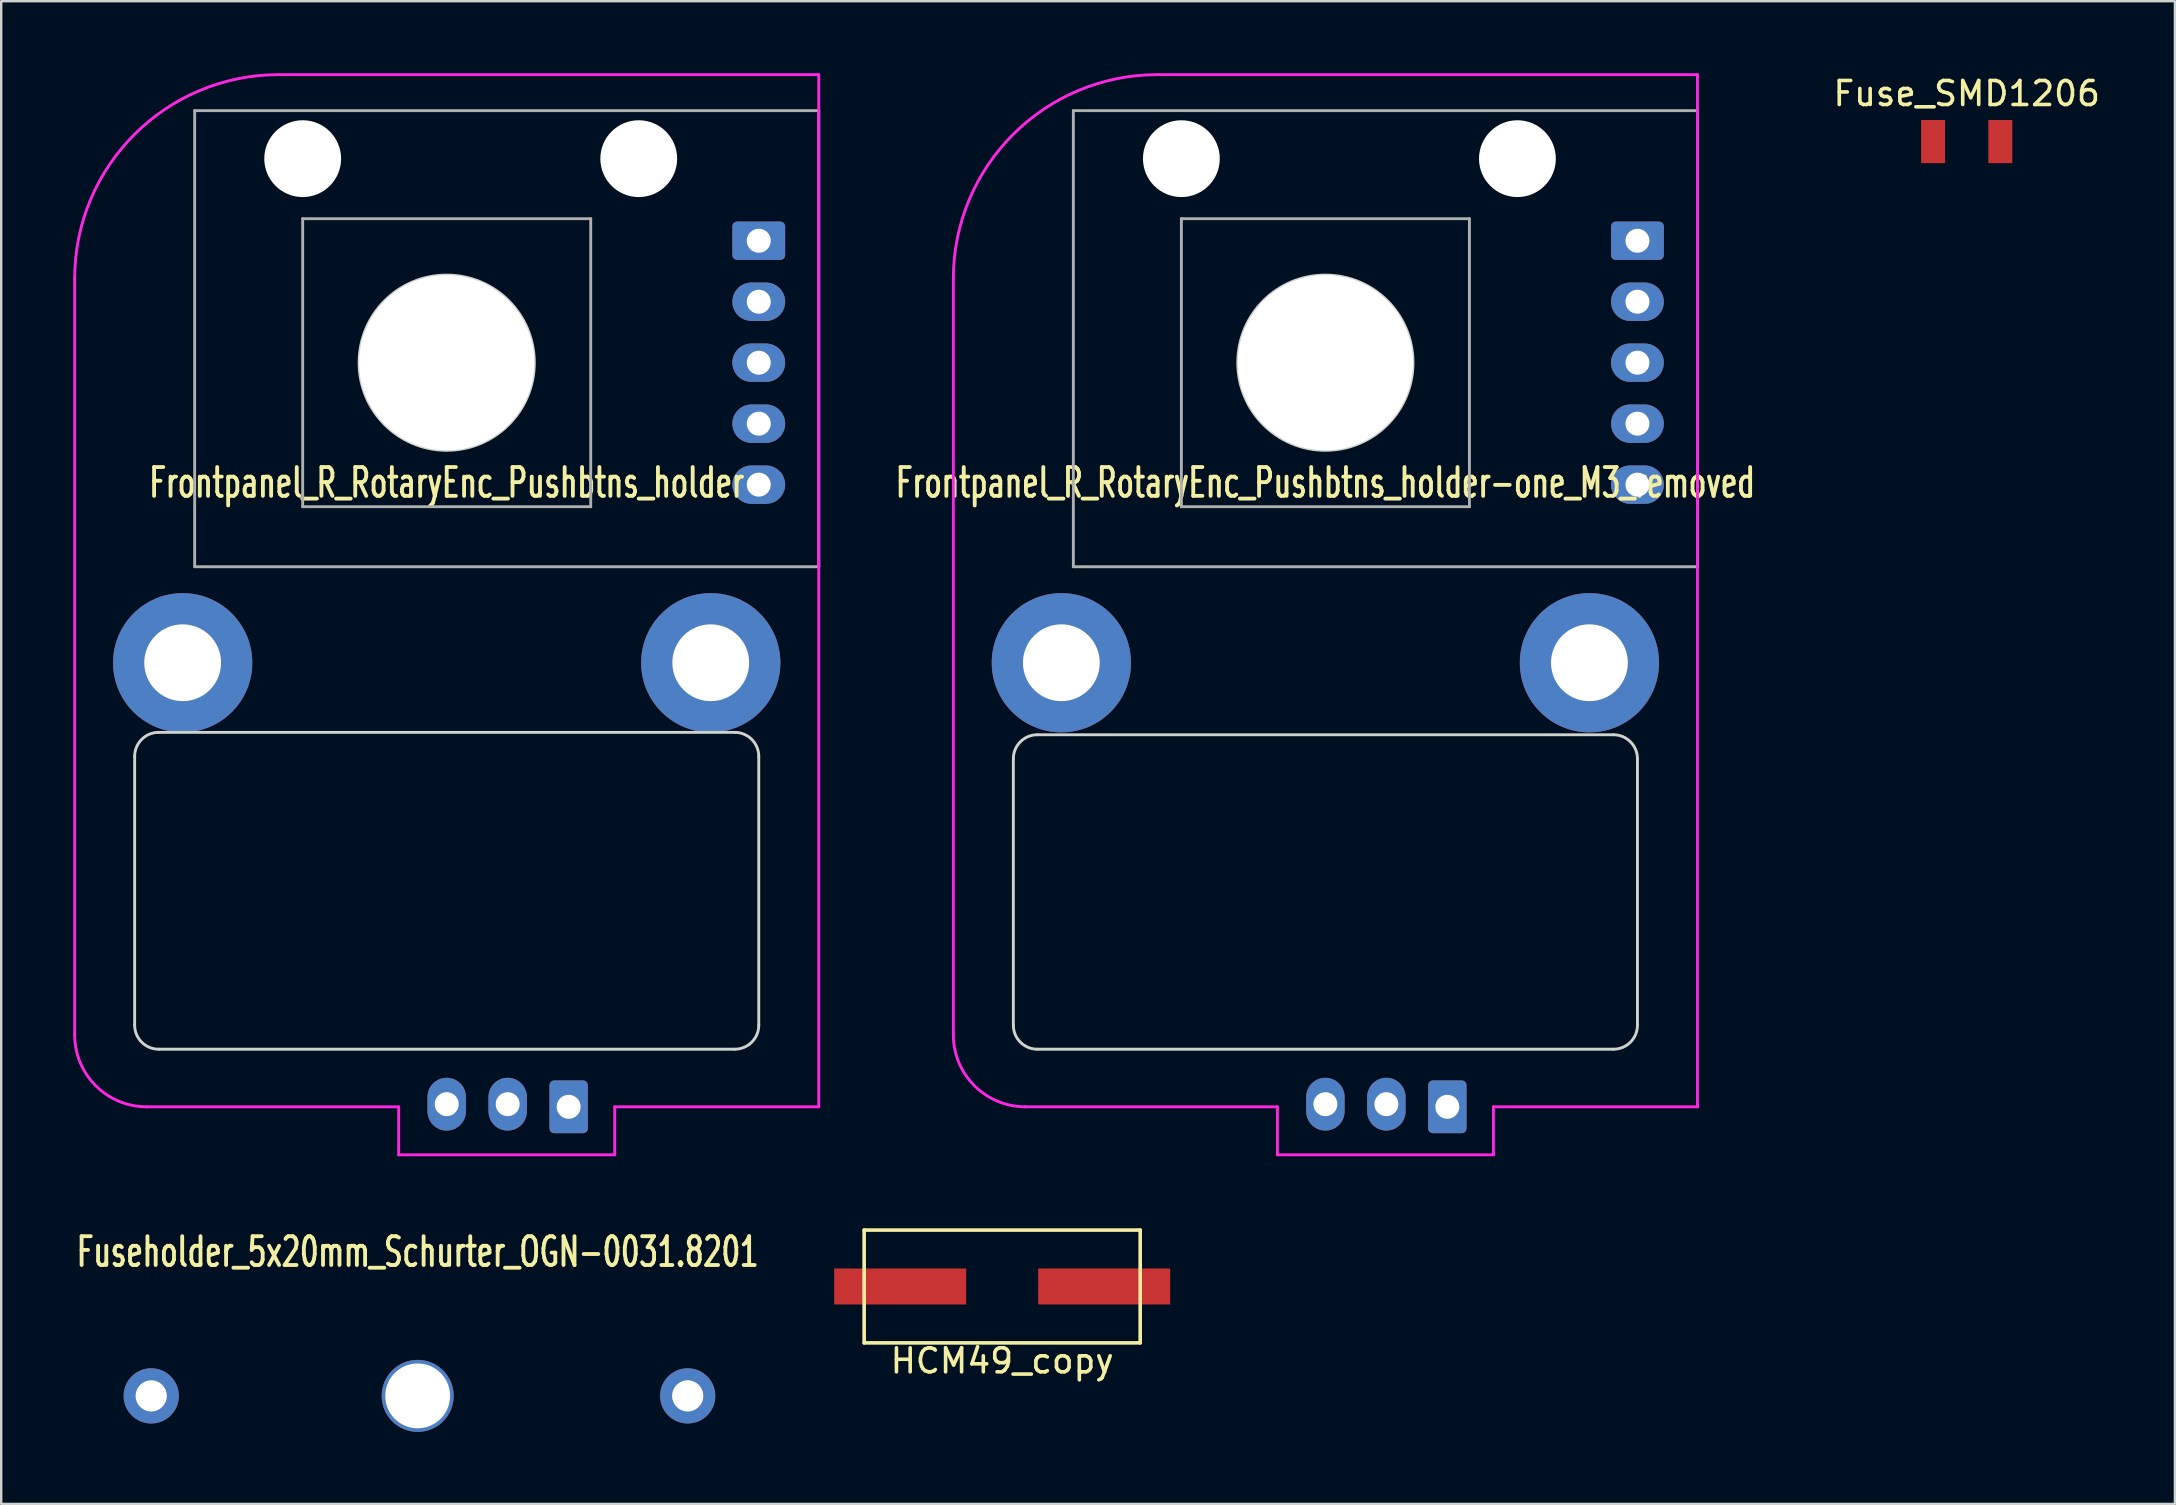
<source format=kicad_pcb>
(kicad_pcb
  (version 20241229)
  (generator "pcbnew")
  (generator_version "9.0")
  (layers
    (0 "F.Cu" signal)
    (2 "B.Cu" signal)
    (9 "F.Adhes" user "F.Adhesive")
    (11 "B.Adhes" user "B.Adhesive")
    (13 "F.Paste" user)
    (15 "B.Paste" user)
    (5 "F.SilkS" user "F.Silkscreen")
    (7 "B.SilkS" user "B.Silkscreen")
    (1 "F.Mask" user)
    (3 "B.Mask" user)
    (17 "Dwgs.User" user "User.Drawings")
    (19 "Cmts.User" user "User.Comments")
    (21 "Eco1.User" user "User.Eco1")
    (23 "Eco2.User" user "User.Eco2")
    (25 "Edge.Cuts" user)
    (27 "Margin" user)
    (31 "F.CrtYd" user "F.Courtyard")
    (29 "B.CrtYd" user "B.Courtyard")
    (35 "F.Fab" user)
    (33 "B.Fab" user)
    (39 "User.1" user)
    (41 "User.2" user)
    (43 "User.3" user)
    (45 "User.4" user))
  (footprint "Fuseholder_5x20mm_Schurter_OGN-0031.8201"
    (layer "F.Cu")
    (at 14.35 55.103)
    (property "Reference" "Fuseholder_5x20mm_Schurter_OGN-0031.8201" (at 0 -6 0) (layer "F.SilkS") (effects (font (size 1.2 0.8) (thickness 0.16))))
    (attr through_hole)
    (pad "" np_thru_hole circle (at 0 0) (size 3 3) (drill 2.7) (layers "*.Cu" "*.Mask"))
    (pad "1" thru_hole circle (at -11.1 0) (size 2.3 2.3) (drill 1.3) (layers "*.Cu" "*.Mask"))
    (pad "2" thru_hole circle (at 11.25 0) (size 2.3 2.3) (drill 1.3) (layers "*.Cu" "*.Mask")))
  (footprint "Fuse_SMD1206"
    (layer "F.Cu")
    (at 78.884 2.848)
    (property "Reference" "Fuse_SMD1206" (at 0 -2 0) (layer "F.SilkS") (effects (font (size 1 1) (thickness 0.15))))
    (attr smd)
    (pad "1" smd rect (at -1.4 0) (size 1 1.8) (layers "F.Cu" "F.Mask" "F.Paste"))
    (pad "2" smd rect (at 1.4 0) (size 1 1.8) (layers "F.Cu" "F.Mask" "F.Paste")))
  (footprint "Frontpanel_R_RotaryEnc_Pushbtns_holder-one_M3_removed"
    (layer "F.Cu")
    (at 52.166 12.06)
    (property "Reference" "Frontpanel_R_RotaryEnc_Pushbtns_holder-one_M3_removed" (at 0 5 0) (layer "F.SilkS") (effects (font (size 1.2 0.8) (thickness 0.16))))
    (attr through_hole)
    (fp_circle (center 0 0) (end 3.65 0) (stroke (width 0.12) (type solid)) (fill no) (layer "Eco1.User"))
    (fp_line (start -13 27.6) (end -13 16.5) (stroke (width 0.12) (type solid)) (layer "Edge.Cuts"))
    (fp_line (start -12 15.5) (end 12 15.5) (stroke (width 0.12) (type solid)) (layer "Edge.Cuts"))
    (fp_line (start 12 28.6) (end -12 28.6) (stroke (width 0.12) (type solid)) (layer "Edge.Cuts"))
    (fp_line (start 13 16.5) (end 13 27.6) (stroke (width 0.12) (type solid)) (layer "Edge.Cuts"))
    (fp_arc (start -13 16.5) (mid -12.707107 15.792893) (end -12 15.5) (stroke (width 0.12) (type solid)) (layer "Edge.Cuts"))
    (fp_arc (start -12 28.6) (mid -12.707107 28.307107) (end -13 27.6) (stroke (width 0.12) (type solid)) (layer "Edge.Cuts"))
    (fp_arc (start 12 15.5) (mid 12.707107 15.792893) (end 13 16.5) (stroke (width 0.12) (type solid)) (layer "Edge.Cuts"))
    (fp_arc (start 13 27.6) (mid 12.707107 28.307107) (end 12 28.6) (stroke (width 0.12) (type solid)) (layer "Edge.Cuts"))
    (fp_circle (center 0 0) (end 3.65 0) (stroke (width 0.12) (type solid)) (fill no) (layer "Edge.Cuts"))
    (fp_line (start -15.5 28) (end -15.5 -3.5) (stroke (width 0.12) (type solid)) (layer "F.CrtYd"))
    (fp_line (start -7 -12) (end 15.5 -12) (stroke (width 0.12) (type solid)) (layer "F.CrtYd"))
    (fp_line (start -2 31) (end -12.5 31) (stroke (width 0.12) (type solid)) (layer "F.CrtYd"))
    (fp_line (start -2 33) (end -2 31) (stroke (width 0.12) (type solid)) (layer "F.CrtYd"))
    (fp_line (start 7 31) (end 7 33) (stroke (width 0.12) (type solid)) (layer "F.CrtYd"))
    (fp_line (start 7 33) (end -2 33) (stroke (width 0.12) (type solid)) (layer "F.CrtYd"))
    (fp_line (start 15.5 -12) (end 15.5 31) (stroke (width 0.12) (type solid)) (layer "F.CrtYd"))
    (fp_line (start 15.5 31) (end 7 31) (stroke (width 0.12) (type solid)) (layer "F.CrtYd"))
    (fp_arc (start -15.5 -3.5) (mid -13.010408 -9.510408) (end -7 -12) (stroke (width 0.12) (type solid)) (layer "F.CrtYd"))
    (fp_arc (start -12.5 31) (mid -14.62132 30.12132) (end -15.5 28) (stroke (width 0.12) (type solid)) (layer "F.CrtYd"))
    (fp_line (start -10.5 -10.5) (end -10.5 8.5) (stroke (width 0.12) (type solid)) (layer "F.Fab"))
    (fp_line (start -10.5 -10.5) (end 15.5 -10.5) (stroke (width 0.12) (type solid)) (layer "F.Fab"))
    (fp_line (start -10.5 8.5) (end 15.5 8.5) (stroke (width 0.12) (type solid)) (layer "F.Fab"))
    (fp_line (start -6 -6) (end 6 -6) (stroke (width 0.12) (type solid)) (layer "F.Fab"))
    (fp_line (start -6 6) (end -6 -6) (stroke (width 0.12) (type solid)) (layer "F.Fab"))
    (fp_line (start 6 -6) (end 6 6) (stroke (width 0.12) (type solid)) (layer "F.Fab"))
    (fp_line (start 6 6) (end -6 6) (stroke (width 0.12) (type solid)) (layer "F.Fab"))
    (fp_line (start 15.5 -10.5) (end 15.5 8.5) (stroke (width 0.12) (type solid)) (layer "F.Fab"))
    (pad "" np_thru_hole circle (at -6 -8.5) (size 3.2 3.2) (drill 3.2) (layers "*.Cu" "*.Mask"))
    (pad "" np_thru_hole circle (at 0 0) (size 7.3 7.3) (drill 7.3) (layers "*.Cu" "*.Mask"))
    (pad "" np_thru_hole circle (at 8 -8.5) (size 3.2 3.2) (drill 3.2) (layers "*.Cu" "*.Mask"))
    (pad "1" thru_hole roundrect (at 13 -5.08) (size 2.2 1.6) (drill 1) (layers "*.Cu" "*.Mask") (roundrect_rratio 0.125))
    (pad "2" thru_hole oval (at 13 -2.54) (size 2.2 1.6) (drill 1) (layers "*.Cu" "*.Mask"))
    (pad "3" thru_hole oval (at 13 0) (size 2.2 1.6) (drill 1) (layers "*.Cu" "*.Mask"))
    (pad "4" thru_hole oval (at 13 2.54) (size 2.2 1.6) (drill 1) (layers "*.Cu" "*.Mask"))
    (pad "5" thru_hole oval (at 13 5.08) (size 2.2 1.6) (drill 1) (layers "*.Cu" "*.Mask"))
    (pad "6" thru_hole roundrect (at 5.08 31) (size 1.6 2.2) (drill 1) (layers "*.Cu" "*.Mask") (roundrect_rratio 0.125))
    (pad "7" thru_hole oval (at 2.54 30.89) (size 1.6 2.2) (drill 1) (layers "*.Cu" "*.Mask"))
    (pad "8" thru_hole oval (at 0 30.89) (size 1.6 2.2) (drill 1) (layers "*.Cu" "*.Mask"))
    (pad "9" thru_hole circle (at -11 12.5) (size 5.8 5.8) (drill 3.2) (layers "*.Cu" "*.Mask"))
    (pad "10" thru_hole circle (at 11 12.5) (size 5.8 5.8) (drill 3.2) (layers "*.Cu" "*.Mask")))
  (footprint "HCM49_copy"
    (layer "F.Cu")
    (at 38.701 50.545)
    (property "Reference" "HCM49_copy" (at 0 3.1 0) (layer "F.SilkS") (effects (font (size 1 1) (thickness 0.15))))
    (attr through_hole)
    (fp_line (start -5.75 -2.35) (end -5.75 2.35) (stroke (width 0.15) (type solid)) (layer "F.SilkS"))
    (fp_line (start -5.75 -2.35) (end 5.75 -2.35) (stroke (width 0.15) (type solid)) (layer "F.SilkS"))
    (fp_line (start -5.75 2.35) (end 5.75 2.35) (stroke (width 0.15) (type solid)) (layer "F.SilkS"))
    (fp_line (start 5.75 -2.35) (end 5.75 2.35) (stroke (width 0.15) (type solid)) (layer "F.SilkS"))
    (pad "1" smd rect (at -4.25 0) (size 5.5 1.5) (layers "F.Cu" "F.Mask" "F.Paste"))
    (pad "2" smd rect (at 4.25 0) (size 5.5 1.5) (layers "F.Cu" "F.Mask" "F.Paste")))
  (footprint "Frontpanel_R_RotaryEnc_Pushbtns_holder"
    (layer "F.Cu")
    (at 15.56 12.06)
    (property "Reference" "Frontpanel_R_RotaryEnc_Pushbtns_holder" (at 0 5 0) (layer "F.SilkS") (effects (font (size 1.2 0.8) (thickness 0.16))))
    (attr through_hole)
    (fp_line (start -13 27.6) (end -13 16.4) (stroke (width 0.12) (type solid)) (layer "Edge.Cuts"))
    (fp_line (start -12 15.4) (end 12 15.4) (stroke (width 0.12) (type solid)) (layer "Edge.Cuts"))
    (fp_line (start 12 28.6) (end -12 28.6) (stroke (width 0.12) (type solid)) (layer "Edge.Cuts"))
    (fp_line (start 13 16.4) (end 13 27.6) (stroke (width 0.12) (type solid)) (layer "Edge.Cuts"))
    (fp_arc (start -13 16.4) (mid -12.707107 15.692893) (end -12 15.4) (stroke (width 0.12) (type solid)) (layer "Edge.Cuts"))
    (fp_arc (start -12 28.6) (mid -12.707107 28.307107) (end -13 27.6) (stroke (width 0.12) (type solid)) (layer "Edge.Cuts"))
    (fp_arc (start 12 15.4) (mid 12.707107 15.692893) (end 13 16.4) (stroke (width 0.12) (type solid)) (layer "Edge.Cuts"))
    (fp_arc (start 13 27.6) (mid 12.707107 28.307107) (end 12 28.6) (stroke (width 0.12) (type solid)) (layer "Edge.Cuts"))
    (fp_circle (center 0 0) (end 3.65 0) (stroke (width 0.12) (type solid)) (fill no) (layer "Edge.Cuts"))
    (fp_line (start -15.5 28) (end -15.5 -3.5) (stroke (width 0.12) (type solid)) (layer "F.CrtYd"))
    (fp_line (start -7 -12) (end 15.5 -12) (stroke (width 0.12) (type solid)) (layer "F.CrtYd"))
    (fp_line (start -2 31) (end -12.5 31) (stroke (width 0.12) (type solid)) (layer "F.CrtYd"))
    (fp_line (start -2 33) (end -2 31) (stroke (width 0.12) (type solid)) (layer "F.CrtYd"))
    (fp_line (start 7 31) (end 7 33) (stroke (width 0.12) (type solid)) (layer "F.CrtYd"))
    (fp_line (start 7 33) (end -2 33) (stroke (width 0.12) (type solid)) (layer "F.CrtYd"))
    (fp_line (start 15.5 -12) (end 15.5 31) (stroke (width 0.12) (type solid)) (layer "F.CrtYd"))
    (fp_line (start 15.5 31) (end 7 31) (stroke (width 0.12) (type solid)) (layer "F.CrtYd"))
    (fp_arc (start -15.5 -3.5) (mid -13.010408 -9.510408) (end -7 -12) (stroke (width 0.12) (type solid)) (layer "F.CrtYd"))
    (fp_arc (start -12.5 31) (mid -14.62132 30.12132) (end -15.5 28) (stroke (width 0.12) (type solid)) (layer "F.CrtYd"))
    (fp_line (start -10.5 -10.5) (end -10.5 8.5) (stroke (width 0.12) (type solid)) (layer "F.Fab"))
    (fp_line (start -10.5 -10.5) (end 15.5 -10.5) (stroke (width 0.12) (type solid)) (layer "F.Fab"))
    (fp_line (start -10.5 8.5) (end 15.5 8.5) (stroke (width 0.12) (type solid)) (layer "F.Fab"))
    (fp_line (start -6 -6) (end 6 -6) (stroke (width 0.12) (type solid)) (layer "F.Fab"))
    (fp_line (start -6 6) (end -6 -6) (stroke (width 0.12) (type solid)) (layer "F.Fab"))
    (fp_line (start 6 -6) (end 6 6) (stroke (width 0.12) (type solid)) (layer "F.Fab"))
    (fp_line (start 6 6) (end -6 6) (stroke (width 0.12) (type solid)) (layer "F.Fab"))
    (fp_line (start 15.5 -10.5) (end 15.5 8.5) (stroke (width 0.12) (type solid)) (layer "F.Fab"))
    (pad "" thru_hole circle (at -11 12.5) (size 5.8 5.8) (drill 3.2) (layers "*.Cu" "*.Mask"))
    (pad "" np_thru_hole circle (at -6 -8.5) (size 3.2 3.2) (drill 3.2) (layers "*.Cu" "*.Mask"))
    (pad "" np_thru_hole circle (at 0 0) (size 7.3 7.3) (drill 7.3) (layers "*.Cu" "*.Mask"))
    (pad "" np_thru_hole circle (at 8 -8.5) (size 3.2 3.2) (drill 3.2) (layers "*.Cu" "*.Mask"))
    (pad "" thru_hole circle (at 11 12.5) (size 5.8 5.8) (drill 3.2) (layers "*.Cu" "*.Mask"))
    (pad "1" thru_hole roundrect (at 13 -5.08) (size 2.2 1.6) (drill 1) (layers "*.Cu" "*.Mask") (roundrect_rratio 0.125))
    (pad "2" thru_hole oval (at 13 -2.54) (size 2.2 1.6) (drill 1) (layers "*.Cu" "*.Mask"))
    (pad "3" thru_hole oval (at 13 0) (size 2.2 1.6) (drill 1) (layers "*.Cu" "*.Mask"))
    (pad "4" thru_hole oval (at 13 2.54) (size 2.2 1.6) (drill 1) (layers "*.Cu" "*.Mask"))
    (pad "5" thru_hole oval (at 13 5.08) (size 2.2 1.6) (drill 1) (layers "*.Cu" "*.Mask"))
    (pad "6" thru_hole roundrect (at 5.08 31) (size 1.6 2.2) (drill 1) (layers "*.Cu" "*.Mask") (roundrect_rratio 0.125))
    (pad "7" thru_hole oval (at 2.54 30.89) (size 1.6 2.2) (drill 1) (layers "*.Cu" "*.Mask"))
    (pad "8" thru_hole oval (at 0 30.89) (size 1.6 2.2) (drill 1) (layers "*.Cu" "*.Mask")))
  (gr_rect
    (start -3 -3)
    (end 87.557 59.603)
    (stroke (width 0.1) (type default))
    (fill no)
    (layer "Edge.Cuts")))
</source>
